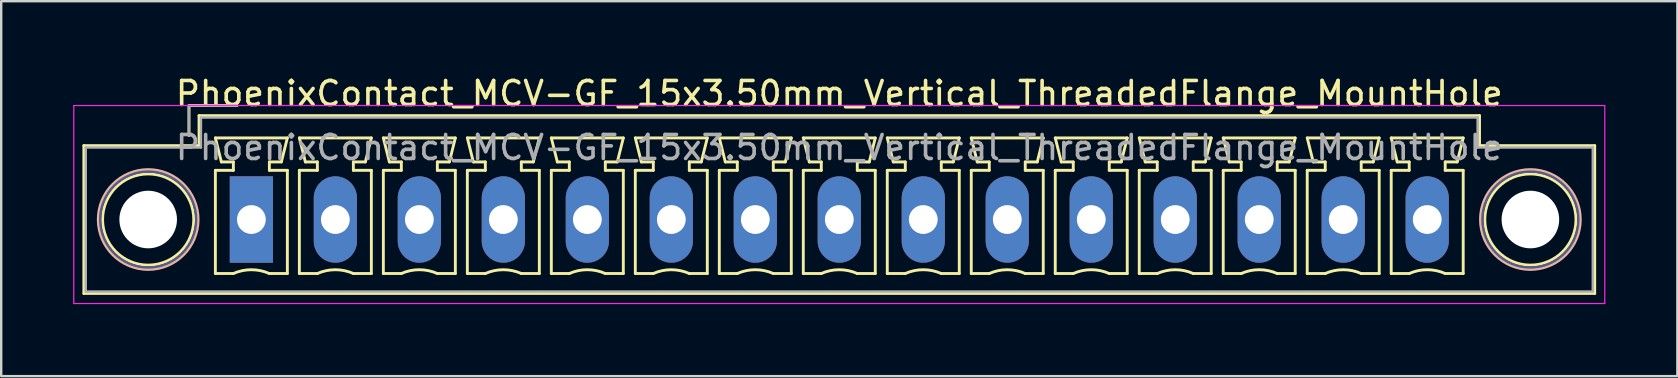
<source format=kicad_pcb>
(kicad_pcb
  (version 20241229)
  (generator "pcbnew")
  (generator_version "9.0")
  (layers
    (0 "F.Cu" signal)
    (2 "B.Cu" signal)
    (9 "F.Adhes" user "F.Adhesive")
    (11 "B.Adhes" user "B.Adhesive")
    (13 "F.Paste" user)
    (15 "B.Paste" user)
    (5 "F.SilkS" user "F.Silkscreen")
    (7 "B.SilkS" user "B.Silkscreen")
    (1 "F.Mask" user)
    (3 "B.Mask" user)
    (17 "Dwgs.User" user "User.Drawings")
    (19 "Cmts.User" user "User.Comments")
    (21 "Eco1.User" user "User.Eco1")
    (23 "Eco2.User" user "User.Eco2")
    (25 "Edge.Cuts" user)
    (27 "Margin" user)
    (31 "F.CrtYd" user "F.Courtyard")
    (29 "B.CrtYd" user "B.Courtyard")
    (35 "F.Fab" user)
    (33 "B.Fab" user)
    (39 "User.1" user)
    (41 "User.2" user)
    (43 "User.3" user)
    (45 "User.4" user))
  (footprint "PhoenixContact_MCV-GF_15x3.50mm_Vertical_ThreadedFlange_MountHole"
    (layer "F.Cu")
    (at 7.425 6.098)
    (property "Reference" "PhoenixContact_MCV-GF_15x3.50mm_Vertical_ThreadedFlange_MountHole" (at 24.5 -5.25 0) (layer "F.SilkS") (effects (font (size 1 1) (thickness 0.15))))
    (attr through_hole)
    (fp_line (start -6.98 -3.08) (end -6.98 3.08) (stroke (width 0.12) (type solid)) (layer "F.SilkS"))
    (fp_line (start -6.98 3.08) (end 55.98 3.08) (stroke (width 0.12) (type solid)) (layer "F.SilkS"))
    (fp_line (start -2.6 -4.75) (end -0.6 -4.75) (stroke (width 0.12) (type solid)) (layer "F.SilkS"))
    (fp_line (start -2.6 -3.5) (end -2.6 -4.75) (stroke (width 0.12) (type solid)) (layer "F.SilkS"))
    (fp_line (start -2.18 -4.33) (end -2.18 -3.08) (stroke (width 0.12) (type solid)) (layer "F.SilkS"))
    (fp_line (start -2.18 -3.08) (end -6.98 -3.08) (stroke (width 0.12) (type solid)) (layer "F.SilkS"))
    (fp_line (start -1.5 -3.4) (end 1.5 -3.4) (stroke (width 0.12) (type solid)) (layer "F.SilkS"))
    (fp_line (start -1.5 -2.05) (end -0.75 -2.05) (stroke (width 0.12) (type solid)) (layer "F.SilkS"))
    (fp_line (start -1.5 2.25) (end -1.5 -2.05) (stroke (width 0.12) (type solid)) (layer "F.SilkS"))
    (fp_line (start -1.25 -2.4) (end -1.5 -3.4) (stroke (width 0.12) (type solid)) (layer "F.SilkS"))
    (fp_line (start -0.75 -2.4) (end -1.25 -2.4) (stroke (width 0.12) (type solid)) (layer "F.SilkS"))
    (fp_line (start -0.75 -2.05) (end -0.75 -2.4) (stroke (width 0.12) (type solid)) (layer "F.SilkS"))
    (fp_line (start -0.75 2.25) (end -1.5 2.25) (stroke (width 0.12) (type solid)) (layer "F.SilkS"))
    (fp_line (start 0.75 -2.4) (end 0.75 -2.05) (stroke (width 0.12) (type solid)) (layer "F.SilkS"))
    (fp_line (start 0.75 -2.05) (end 1.5 -2.05) (stroke (width 0.12) (type solid)) (layer "F.SilkS"))
    (fp_line (start 1.25 -2.4) (end 0.75 -2.4) (stroke (width 0.12) (type solid)) (layer "F.SilkS"))
    (fp_line (start 1.5 -3.4) (end 1.25 -2.4) (stroke (width 0.12) (type solid)) (layer "F.SilkS"))
    (fp_line (start 1.5 -2.05) (end 1.5 2.25) (stroke (width 0.12) (type solid)) (layer "F.SilkS"))
    (fp_line (start 1.5 2.25) (end 0.75 2.25) (stroke (width 0.12) (type solid)) (layer "F.SilkS"))
    (fp_line (start 2 -3.4) (end 5 -3.4) (stroke (width 0.12) (type solid)) (layer "F.SilkS"))
    (fp_line (start 2 -2.05) (end 2.75 -2.05) (stroke (width 0.12) (type solid)) (layer "F.SilkS"))
    (fp_line (start 2 2.25) (end 2 -2.05) (stroke (width 0.12) (type solid)) (layer "F.SilkS"))
    (fp_line (start 2.25 -2.4) (end 2 -3.4) (stroke (width 0.12) (type solid)) (layer "F.SilkS"))
    (fp_line (start 2.75 -2.4) (end 2.25 -2.4) (stroke (width 0.12) (type solid)) (layer "F.SilkS"))
    (fp_line (start 2.75 -2.05) (end 2.75 -2.4) (stroke (width 0.12) (type solid)) (layer "F.SilkS"))
    (fp_line (start 2.75 2.25) (end 2 2.25) (stroke (width 0.12) (type solid)) (layer "F.SilkS"))
    (fp_line (start 4.25 -2.4) (end 4.25 -2.05) (stroke (width 0.12) (type solid)) (layer "F.SilkS"))
    (fp_line (start 4.25 -2.05) (end 5 -2.05) (stroke (width 0.12) (type solid)) (layer "F.SilkS"))
    (fp_line (start 4.75 -2.4) (end 4.25 -2.4) (stroke (width 0.12) (type solid)) (layer "F.SilkS"))
    (fp_line (start 5 -3.4) (end 4.75 -2.4) (stroke (width 0.12) (type solid)) (layer "F.SilkS"))
    (fp_line (start 5 -2.05) (end 5 2.25) (stroke (width 0.12) (type solid)) (layer "F.SilkS"))
    (fp_line (start 5 2.25) (end 4.25 2.25) (stroke (width 0.12) (type solid)) (layer "F.SilkS"))
    (fp_line (start 5.5 -3.4) (end 8.5 -3.4) (stroke (width 0.12) (type solid)) (layer "F.SilkS"))
    (fp_line (start 5.5 -2.05) (end 6.25 -2.05) (stroke (width 0.12) (type solid)) (layer "F.SilkS"))
    (fp_line (start 5.5 2.25) (end 5.5 -2.05) (stroke (width 0.12) (type solid)) (layer "F.SilkS"))
    (fp_line (start 5.75 -2.4) (end 5.5 -3.4) (stroke (width 0.12) (type solid)) (layer "F.SilkS"))
    (fp_line (start 6.25 -2.4) (end 5.75 -2.4) (stroke (width 0.12) (type solid)) (layer "F.SilkS"))
    (fp_line (start 6.25 -2.05) (end 6.25 -2.4) (stroke (width 0.12) (type solid)) (layer "F.SilkS"))
    (fp_line (start 6.25 2.25) (end 5.5 2.25) (stroke (width 0.12) (type solid)) (layer "F.SilkS"))
    (fp_line (start 7.75 -2.4) (end 7.75 -2.05) (stroke (width 0.12) (type solid)) (layer "F.SilkS"))
    (fp_line (start 7.75 -2.05) (end 8.5 -2.05) (stroke (width 0.12) (type solid)) (layer "F.SilkS"))
    (fp_line (start 8.25 -2.4) (end 7.75 -2.4) (stroke (width 0.12) (type solid)) (layer "F.SilkS"))
    (fp_line (start 8.5 -3.4) (end 8.25 -2.4) (stroke (width 0.12) (type solid)) (layer "F.SilkS"))
    (fp_line (start 8.5 -2.05) (end 8.5 2.25) (stroke (width 0.12) (type solid)) (layer "F.SilkS"))
    (fp_line (start 8.5 2.25) (end 7.75 2.25) (stroke (width 0.12) (type solid)) (layer "F.SilkS"))
    (fp_line (start 9 -3.4) (end 12 -3.4) (stroke (width 0.12) (type solid)) (layer "F.SilkS"))
    (fp_line (start 9 -2.05) (end 9.75 -2.05) (stroke (width 0.12) (type solid)) (layer "F.SilkS"))
    (fp_line (start 9 2.25) (end 9 -2.05) (stroke (width 0.12) (type solid)) (layer "F.SilkS"))
    (fp_line (start 9.25 -2.4) (end 9 -3.4) (stroke (width 0.12) (type solid)) (layer "F.SilkS"))
    (fp_line (start 9.75 -2.4) (end 9.25 -2.4) (stroke (width 0.12) (type solid)) (layer "F.SilkS"))
    (fp_line (start 9.75 -2.05) (end 9.75 -2.4) (stroke (width 0.12) (type solid)) (layer "F.SilkS"))
    (fp_line (start 9.75 2.25) (end 9 2.25) (stroke (width 0.12) (type solid)) (layer "F.SilkS"))
    (fp_line (start 11.25 -2.4) (end 11.25 -2.05) (stroke (width 0.12) (type solid)) (layer "F.SilkS"))
    (fp_line (start 11.25 -2.05) (end 12 -2.05) (stroke (width 0.12) (type solid)) (layer "F.SilkS"))
    (fp_line (start 11.75 -2.4) (end 11.25 -2.4) (stroke (width 0.12) (type solid)) (layer "F.SilkS"))
    (fp_line (start 12 -3.4) (end 11.75 -2.4) (stroke (width 0.12) (type solid)) (layer "F.SilkS"))
    (fp_line (start 12 -2.05) (end 12 2.25) (stroke (width 0.12) (type solid)) (layer "F.SilkS"))
    (fp_line (start 12 2.25) (end 11.25 2.25) (stroke (width 0.12) (type solid)) (layer "F.SilkS"))
    (fp_line (start 12.5 -3.4) (end 15.5 -3.4) (stroke (width 0.12) (type solid)) (layer "F.SilkS"))
    (fp_line (start 12.5 -2.05) (end 13.25 -2.05) (stroke (width 0.12) (type solid)) (layer "F.SilkS"))
    (fp_line (start 12.5 2.25) (end 12.5 -2.05) (stroke (width 0.12) (type solid)) (layer "F.SilkS"))
    (fp_line (start 12.75 -2.4) (end 12.5 -3.4) (stroke (width 0.12) (type solid)) (layer "F.SilkS"))
    (fp_line (start 13.25 -2.4) (end 12.75 -2.4) (stroke (width 0.12) (type solid)) (layer "F.SilkS"))
    (fp_line (start 13.25 -2.05) (end 13.25 -2.4) (stroke (width 0.12) (type solid)) (layer "F.SilkS"))
    (fp_line (start 13.25 2.25) (end 12.5 2.25) (stroke (width 0.12) (type solid)) (layer "F.SilkS"))
    (fp_line (start 14.75 -2.4) (end 14.75 -2.05) (stroke (width 0.12) (type solid)) (layer "F.SilkS"))
    (fp_line (start 14.75 -2.05) (end 15.5 -2.05) (stroke (width 0.12) (type solid)) (layer "F.SilkS"))
    (fp_line (start 15.25 -2.4) (end 14.75 -2.4) (stroke (width 0.12) (type solid)) (layer "F.SilkS"))
    (fp_line (start 15.5 -3.4) (end 15.25 -2.4) (stroke (width 0.12) (type solid)) (layer "F.SilkS"))
    (fp_line (start 15.5 -2.05) (end 15.5 2.25) (stroke (width 0.12) (type solid)) (layer "F.SilkS"))
    (fp_line (start 15.5 2.25) (end 14.75 2.25) (stroke (width 0.12) (type solid)) (layer "F.SilkS"))
    (fp_line (start 16 -3.4) (end 19 -3.4) (stroke (width 0.12) (type solid)) (layer "F.SilkS"))
    (fp_line (start 16 -2.05) (end 16.75 -2.05) (stroke (width 0.12) (type solid)) (layer "F.SilkS"))
    (fp_line (start 16 2.25) (end 16 -2.05) (stroke (width 0.12) (type solid)) (layer "F.SilkS"))
    (fp_line (start 16.25 -2.4) (end 16 -3.4) (stroke (width 0.12) (type solid)) (layer "F.SilkS"))
    (fp_line (start 16.75 -2.4) (end 16.25 -2.4) (stroke (width 0.12) (type solid)) (layer "F.SilkS"))
    (fp_line (start 16.75 -2.05) (end 16.75 -2.4) (stroke (width 0.12) (type solid)) (layer "F.SilkS"))
    (fp_line (start 16.75 2.25) (end 16 2.25) (stroke (width 0.12) (type solid)) (layer "F.SilkS"))
    (fp_line (start 18.25 -2.4) (end 18.25 -2.05) (stroke (width 0.12) (type solid)) (layer "F.SilkS"))
    (fp_line (start 18.25 -2.05) (end 19 -2.05) (stroke (width 0.12) (type solid)) (layer "F.SilkS"))
    (fp_line (start 18.75 -2.4) (end 18.25 -2.4) (stroke (width 0.12) (type solid)) (layer "F.SilkS"))
    (fp_line (start 19 -3.4) (end 18.75 -2.4) (stroke (width 0.12) (type solid)) (layer "F.SilkS"))
    (fp_line (start 19 -2.05) (end 19 2.25) (stroke (width 0.12) (type solid)) (layer "F.SilkS"))
    (fp_line (start 19 2.25) (end 18.25 2.25) (stroke (width 0.12) (type solid)) (layer "F.SilkS"))
    (fp_line (start 19.5 -3.4) (end 22.5 -3.4) (stroke (width 0.12) (type solid)) (layer "F.SilkS"))
    (fp_line (start 19.5 -2.05) (end 20.25 -2.05) (stroke (width 0.12) (type solid)) (layer "F.SilkS"))
    (fp_line (start 19.5 2.25) (end 19.5 -2.05) (stroke (width 0.12) (type solid)) (layer "F.SilkS"))
    (fp_line (start 19.75 -2.4) (end 19.5 -3.4) (stroke (width 0.12) (type solid)) (layer "F.SilkS"))
    (fp_line (start 20.25 -2.4) (end 19.75 -2.4) (stroke (width 0.12) (type solid)) (layer "F.SilkS"))
    (fp_line (start 20.25 -2.05) (end 20.25 -2.4) (stroke (width 0.12) (type solid)) (layer "F.SilkS"))
    (fp_line (start 20.25 2.25) (end 19.5 2.25) (stroke (width 0.12) (type solid)) (layer "F.SilkS"))
    (fp_line (start 21.75 -2.4) (end 21.75 -2.05) (stroke (width 0.12) (type solid)) (layer "F.SilkS"))
    (fp_line (start 21.75 -2.05) (end 22.5 -2.05) (stroke (width 0.12) (type solid)) (layer "F.SilkS"))
    (fp_line (start 22.25 -2.4) (end 21.75 -2.4) (stroke (width 0.12) (type solid)) (layer "F.SilkS"))
    (fp_line (start 22.5 -3.4) (end 22.25 -2.4) (stroke (width 0.12) (type solid)) (layer "F.SilkS"))
    (fp_line (start 22.5 -2.05) (end 22.5 2.25) (stroke (width 0.12) (type solid)) (layer "F.SilkS"))
    (fp_line (start 22.5 2.25) (end 21.75 2.25) (stroke (width 0.12) (type solid)) (layer "F.SilkS"))
    (fp_line (start 23 -3.4) (end 26 -3.4) (stroke (width 0.12) (type solid)) (layer "F.SilkS"))
    (fp_line (start 23 -2.05) (end 23.75 -2.05) (stroke (width 0.12) (type solid)) (layer "F.SilkS"))
    (fp_line (start 23 2.25) (end 23 -2.05) (stroke (width 0.12) (type solid)) (layer "F.SilkS"))
    (fp_line (start 23.25 -2.4) (end 23 -3.4) (stroke (width 0.12) (type solid)) (layer "F.SilkS"))
    (fp_line (start 23.75 -2.4) (end 23.25 -2.4) (stroke (width 0.12) (type solid)) (layer "F.SilkS"))
    (fp_line (start 23.75 -2.05) (end 23.75 -2.4) (stroke (width 0.12) (type solid)) (layer "F.SilkS"))
    (fp_line (start 23.75 2.25) (end 23 2.25) (stroke (width 0.12) (type solid)) (layer "F.SilkS"))
    (fp_line (start 25.25 -2.4) (end 25.25 -2.05) (stroke (width 0.12) (type solid)) (layer "F.SilkS"))
    (fp_line (start 25.25 -2.05) (end 26 -2.05) (stroke (width 0.12) (type solid)) (layer "F.SilkS"))
    (fp_line (start 25.75 -2.4) (end 25.25 -2.4) (stroke (width 0.12) (type solid)) (layer "F.SilkS"))
    (fp_line (start 26 -3.4) (end 25.75 -2.4) (stroke (width 0.12) (type solid)) (layer "F.SilkS"))
    (fp_line (start 26 -2.05) (end 26 2.25) (stroke (width 0.12) (type solid)) (layer "F.SilkS"))
    (fp_line (start 26 2.25) (end 25.25 2.25) (stroke (width 0.12) (type solid)) (layer "F.SilkS"))
    (fp_line (start 26.5 -3.4) (end 29.5 -3.4) (stroke (width 0.12) (type solid)) (layer "F.SilkS"))
    (fp_line (start 26.5 -2.05) (end 27.25 -2.05) (stroke (width 0.12) (type solid)) (layer "F.SilkS"))
    (fp_line (start 26.5 2.25) (end 26.5 -2.05) (stroke (width 0.12) (type solid)) (layer "F.SilkS"))
    (fp_line (start 26.75 -2.4) (end 26.5 -3.4) (stroke (width 0.12) (type solid)) (layer "F.SilkS"))
    (fp_line (start 27.25 -2.4) (end 26.75 -2.4) (stroke (width 0.12) (type solid)) (layer "F.SilkS"))
    (fp_line (start 27.25 -2.05) (end 27.25 -2.4) (stroke (width 0.12) (type solid)) (layer "F.SilkS"))
    (fp_line (start 27.25 2.25) (end 26.5 2.25) (stroke (width 0.12) (type solid)) (layer "F.SilkS"))
    (fp_line (start 28.75 -2.4) (end 28.75 -2.05) (stroke (width 0.12) (type solid)) (layer "F.SilkS"))
    (fp_line (start 28.75 -2.05) (end 29.5 -2.05) (stroke (width 0.12) (type solid)) (layer "F.SilkS"))
    (fp_line (start 29.25 -2.4) (end 28.75 -2.4) (stroke (width 0.12) (type solid)) (layer "F.SilkS"))
    (fp_line (start 29.5 -3.4) (end 29.25 -2.4) (stroke (width 0.12) (type solid)) (layer "F.SilkS"))
    (fp_line (start 29.5 -2.05) (end 29.5 2.25) (stroke (width 0.12) (type solid)) (layer "F.SilkS"))
    (fp_line (start 29.5 2.25) (end 28.75 2.25) (stroke (width 0.12) (type solid)) (layer "F.SilkS"))
    (fp_line (start 30 -3.4) (end 33 -3.4) (stroke (width 0.12) (type solid)) (layer "F.SilkS"))
    (fp_line (start 30 -2.05) (end 30.75 -2.05) (stroke (width 0.12) (type solid)) (layer "F.SilkS"))
    (fp_line (start 30 2.25) (end 30 -2.05) (stroke (width 0.12) (type solid)) (layer "F.SilkS"))
    (fp_line (start 30.25 -2.4) (end 30 -3.4) (stroke (width 0.12) (type solid)) (layer "F.SilkS"))
    (fp_line (start 30.75 -2.4) (end 30.25 -2.4) (stroke (width 0.12) (type solid)) (layer "F.SilkS"))
    (fp_line (start 30.75 -2.05) (end 30.75 -2.4) (stroke (width 0.12) (type solid)) (layer "F.SilkS"))
    (fp_line (start 30.75 2.25) (end 30 2.25) (stroke (width 0.12) (type solid)) (layer "F.SilkS"))
    (fp_line (start 32.25 -2.4) (end 32.25 -2.05) (stroke (width 0.12) (type solid)) (layer "F.SilkS"))
    (fp_line (start 32.25 -2.05) (end 33 -2.05) (stroke (width 0.12) (type solid)) (layer "F.SilkS"))
    (fp_line (start 32.75 -2.4) (end 32.25 -2.4) (stroke (width 0.12) (type solid)) (layer "F.SilkS"))
    (fp_line (start 33 -3.4) (end 32.75 -2.4) (stroke (width 0.12) (type solid)) (layer "F.SilkS"))
    (fp_line (start 33 -2.05) (end 33 2.25) (stroke (width 0.12) (type solid)) (layer "F.SilkS"))
    (fp_line (start 33 2.25) (end 32.25 2.25) (stroke (width 0.12) (type solid)) (layer "F.SilkS"))
    (fp_line (start 33.5 -3.4) (end 36.5 -3.4) (stroke (width 0.12) (type solid)) (layer "F.SilkS"))
    (fp_line (start 33.5 -2.05) (end 34.25 -2.05) (stroke (width 0.12) (type solid)) (layer "F.SilkS"))
    (fp_line (start 33.5 2.25) (end 33.5 -2.05) (stroke (width 0.12) (type solid)) (layer "F.SilkS"))
    (fp_line (start 33.75 -2.4) (end 33.5 -3.4) (stroke (width 0.12) (type solid)) (layer "F.SilkS"))
    (fp_line (start 34.25 -2.4) (end 33.75 -2.4) (stroke (width 0.12) (type solid)) (layer "F.SilkS"))
    (fp_line (start 34.25 -2.05) (end 34.25 -2.4) (stroke (width 0.12) (type solid)) (layer "F.SilkS"))
    (fp_line (start 34.25 2.25) (end 33.5 2.25) (stroke (width 0.12) (type solid)) (layer "F.SilkS"))
    (fp_line (start 35.75 -2.4) (end 35.75 -2.05) (stroke (width 0.12) (type solid)) (layer "F.SilkS"))
    (fp_line (start 35.75 -2.05) (end 36.5 -2.05) (stroke (width 0.12) (type solid)) (layer "F.SilkS"))
    (fp_line (start 36.25 -2.4) (end 35.75 -2.4) (stroke (width 0.12) (type solid)) (layer "F.SilkS"))
    (fp_line (start 36.5 -3.4) (end 36.25 -2.4) (stroke (width 0.12) (type solid)) (layer "F.SilkS"))
    (fp_line (start 36.5 -2.05) (end 36.5 2.25) (stroke (width 0.12) (type solid)) (layer "F.SilkS"))
    (fp_line (start 36.5 2.25) (end 35.75 2.25) (stroke (width 0.12) (type solid)) (layer "F.SilkS"))
    (fp_line (start 37 -3.4) (end 40 -3.4) (stroke (width 0.12) (type solid)) (layer "F.SilkS"))
    (fp_line (start 37 -2.05) (end 37.75 -2.05) (stroke (width 0.12) (type solid)) (layer "F.SilkS"))
    (fp_line (start 37 2.25) (end 37 -2.05) (stroke (width 0.12) (type solid)) (layer "F.SilkS"))
    (fp_line (start 37.25 -2.4) (end 37 -3.4) (stroke (width 0.12) (type solid)) (layer "F.SilkS"))
    (fp_line (start 37.75 -2.4) (end 37.25 -2.4) (stroke (width 0.12) (type solid)) (layer "F.SilkS"))
    (fp_line (start 37.75 -2.05) (end 37.75 -2.4) (stroke (width 0.12) (type solid)) (layer "F.SilkS"))
    (fp_line (start 37.75 2.25) (end 37 2.25) (stroke (width 0.12) (type solid)) (layer "F.SilkS"))
    (fp_line (start 39.25 -2.4) (end 39.25 -2.05) (stroke (width 0.12) (type solid)) (layer "F.SilkS"))
    (fp_line (start 39.25 -2.05) (end 40 -2.05) (stroke (width 0.12) (type solid)) (layer "F.SilkS"))
    (fp_line (start 39.75 -2.4) (end 39.25 -2.4) (stroke (width 0.12) (type solid)) (layer "F.SilkS"))
    (fp_line (start 40 -3.4) (end 39.75 -2.4) (stroke (width 0.12) (type solid)) (layer "F.SilkS"))
    (fp_line (start 40 -2.05) (end 40 2.25) (stroke (width 0.12) (type solid)) (layer "F.SilkS"))
    (fp_line (start 40 2.25) (end 39.25 2.25) (stroke (width 0.12) (type solid)) (layer "F.SilkS"))
    (fp_line (start 40.5 -3.4) (end 43.5 -3.4) (stroke (width 0.12) (type solid)) (layer "F.SilkS"))
    (fp_line (start 40.5 -2.05) (end 41.25 -2.05) (stroke (width 0.12) (type solid)) (layer "F.SilkS"))
    (fp_line (start 40.5 2.25) (end 40.5 -2.05) (stroke (width 0.12) (type solid)) (layer "F.SilkS"))
    (fp_line (start 40.75 -2.4) (end 40.5 -3.4) (stroke (width 0.12) (type solid)) (layer "F.SilkS"))
    (fp_line (start 41.25 -2.4) (end 40.75 -2.4) (stroke (width 0.12) (type solid)) (layer "F.SilkS"))
    (fp_line (start 41.25 -2.05) (end 41.25 -2.4) (stroke (width 0.12) (type solid)) (layer "F.SilkS"))
    (fp_line (start 41.25 2.25) (end 40.5 2.25) (stroke (width 0.12) (type solid)) (layer "F.SilkS"))
    (fp_line (start 42.75 -2.4) (end 42.75 -2.05) (stroke (width 0.12) (type solid)) (layer "F.SilkS"))
    (fp_line (start 42.75 -2.05) (end 43.5 -2.05) (stroke (width 0.12) (type solid)) (layer "F.SilkS"))
    (fp_line (start 43.25 -2.4) (end 42.75 -2.4) (stroke (width 0.12) (type solid)) (layer "F.SilkS"))
    (fp_line (start 43.5 -3.4) (end 43.25 -2.4) (stroke (width 0.12) (type solid)) (layer "F.SilkS"))
    (fp_line (start 43.5 -2.05) (end 43.5 2.25) (stroke (width 0.12) (type solid)) (layer "F.SilkS"))
    (fp_line (start 43.5 2.25) (end 42.75 2.25) (stroke (width 0.12) (type solid)) (layer "F.SilkS"))
    (fp_line (start 44 -3.4) (end 47 -3.4) (stroke (width 0.12) (type solid)) (layer "F.SilkS"))
    (fp_line (start 44 -2.05) (end 44.75 -2.05) (stroke (width 0.12) (type solid)) (layer "F.SilkS"))
    (fp_line (start 44 2.25) (end 44 -2.05) (stroke (width 0.12) (type solid)) (layer "F.SilkS"))
    (fp_line (start 44.25 -2.4) (end 44 -3.4) (stroke (width 0.12) (type solid)) (layer "F.SilkS"))
    (fp_line (start 44.75 -2.4) (end 44.25 -2.4) (stroke (width 0.12) (type solid)) (layer "F.SilkS"))
    (fp_line (start 44.75 -2.05) (end 44.75 -2.4) (stroke (width 0.12) (type solid)) (layer "F.SilkS"))
    (fp_line (start 44.75 2.25) (end 44 2.25) (stroke (width 0.12) (type solid)) (layer "F.SilkS"))
    (fp_line (start 46.25 -2.4) (end 46.25 -2.05) (stroke (width 0.12) (type solid)) (layer "F.SilkS"))
    (fp_line (start 46.25 -2.05) (end 47 -2.05) (stroke (width 0.12) (type solid)) (layer "F.SilkS"))
    (fp_line (start 46.75 -2.4) (end 46.25 -2.4) (stroke (width 0.12) (type solid)) (layer "F.SilkS"))
    (fp_line (start 47 -3.4) (end 46.75 -2.4) (stroke (width 0.12) (type solid)) (layer "F.SilkS"))
    (fp_line (start 47 -2.05) (end 47 2.25) (stroke (width 0.12) (type solid)) (layer "F.SilkS"))
    (fp_line (start 47 2.25) (end 46.25 2.25) (stroke (width 0.12) (type solid)) (layer "F.SilkS"))
    (fp_line (start 47.5 -3.4) (end 50.5 -3.4) (stroke (width 0.12) (type solid)) (layer "F.SilkS"))
    (fp_line (start 47.5 -2.05) (end 48.25 -2.05) (stroke (width 0.12) (type solid)) (layer "F.SilkS"))
    (fp_line (start 47.5 2.25) (end 47.5 -2.05) (stroke (width 0.12) (type solid)) (layer "F.SilkS"))
    (fp_line (start 47.75 -2.4) (end 47.5 -3.4) (stroke (width 0.12) (type solid)) (layer "F.SilkS"))
    (fp_line (start 48.25 -2.4) (end 47.75 -2.4) (stroke (width 0.12) (type solid)) (layer "F.SilkS"))
    (fp_line (start 48.25 -2.05) (end 48.25 -2.4) (stroke (width 0.12) (type solid)) (layer "F.SilkS"))
    (fp_line (start 48.25 2.25) (end 47.5 2.25) (stroke (width 0.12) (type solid)) (layer "F.SilkS"))
    (fp_line (start 49.75 -2.4) (end 49.75 -2.05) (stroke (width 0.12) (type solid)) (layer "F.SilkS"))
    (fp_line (start 49.75 -2.05) (end 50.5 -2.05) (stroke (width 0.12) (type solid)) (layer "F.SilkS"))
    (fp_line (start 50.25 -2.4) (end 49.75 -2.4) (stroke (width 0.12) (type solid)) (layer "F.SilkS"))
    (fp_line (start 50.5 -3.4) (end 50.25 -2.4) (stroke (width 0.12) (type solid)) (layer "F.SilkS"))
    (fp_line (start 50.5 -2.05) (end 50.5 2.25) (stroke (width 0.12) (type solid)) (layer "F.SilkS"))
    (fp_line (start 50.5 2.25) (end 49.75 2.25) (stroke (width 0.12) (type solid)) (layer "F.SilkS"))
    (fp_line (start 51.18 -4.33) (end -2.18 -4.33) (stroke (width 0.12) (type solid)) (layer "F.SilkS"))
    (fp_line (start 51.18 -3.08) (end 51.18 -4.33) (stroke (width 0.12) (type solid)) (layer "F.SilkS"))
    (fp_line (start 55.98 -3.08) (end 51.18 -3.08) (stroke (width 0.12) (type solid)) (layer "F.SilkS"))
    (fp_line (start 55.98 3.08) (end 55.98 -3.08) (stroke (width 0.12) (type solid)) (layer "F.SilkS"))
    (fp_arc (start -0.75 2.25) (mid -0.000193 2.09191) (end 0.749647 2.249844) (stroke (width 0.12) (type solid)) (layer "F.SilkS"))
    (fp_arc (start 2.75 2.25) (mid 3.499807 2.09191) (end 4.249647 2.249844) (stroke (width 0.12) (type solid)) (layer "F.SilkS"))
    (fp_arc (start 6.25 2.25) (mid 6.999807 2.09191) (end 7.749647 2.249844) (stroke (width 0.12) (type solid)) (layer "F.SilkS"))
    (fp_arc (start 9.75 2.25) (mid 10.499807 2.09191) (end 11.249647 2.249844) (stroke (width 0.12) (type solid)) (layer "F.SilkS"))
    (fp_arc (start 13.25 2.25) (mid 13.999807 2.09191) (end 14.749647 2.249844) (stroke (width 0.12) (type solid)) (layer "F.SilkS"))
    (fp_arc (start 16.75 2.25) (mid 17.499807 2.09191) (end 18.249647 2.249844) (stroke (width 0.12) (type solid)) (layer "F.SilkS"))
    (fp_arc (start 20.25 2.25) (mid 20.999807 2.09191) (end 21.749647 2.249844) (stroke (width 0.12) (type solid)) (layer "F.SilkS"))
    (fp_arc (start 23.75 2.25) (mid 24.499807 2.09191) (end 25.249647 2.249844) (stroke (width 0.12) (type solid)) (layer "F.SilkS"))
    (fp_arc (start 27.25 2.25) (mid 27.999807 2.09191) (end 28.749647 2.249844) (stroke (width 0.12) (type solid)) (layer "F.SilkS"))
    (fp_arc (start 30.75 2.25) (mid 31.499807 2.09191) (end 32.249647 2.249844) (stroke (width 0.12) (type solid)) (layer "F.SilkS"))
    (fp_arc (start 34.25 2.25) (mid 34.999807 2.09191) (end 35.749647 2.249844) (stroke (width 0.12) (type solid)) (layer "F.SilkS"))
    (fp_arc (start 37.75 2.25) (mid 38.499807 2.09191) (end 39.249647 2.249844) (stroke (width 0.12) (type solid)) (layer "F.SilkS"))
    (fp_arc (start 41.25 2.25) (mid 41.999807 2.09191) (end 42.749647 2.249844) (stroke (width 0.12) (type solid)) (layer "F.SilkS"))
    (fp_arc (start 44.75 2.25) (mid 45.499807 2.09191) (end 46.249647 2.249844) (stroke (width 0.12) (type solid)) (layer "F.SilkS"))
    (fp_arc (start 48.25 2.25) (mid 48.999807 2.09191) (end 49.749647 2.249844) (stroke (width 0.12) (type solid)) (layer "F.SilkS"))
    (fp_circle (center -4.3 0) (end -2.4 0) (stroke (width 0.12) (type solid)) (fill no) (layer "F.SilkS"))
    (fp_circle (center 53.3 0) (end 55.2 0) (stroke (width 0.12) (type solid)) (fill no) (layer "F.SilkS"))
    (fp_circle (center -4.3 0) (end -2.22 0) (stroke (width 0.12) (type solid)) (fill no) (layer "B.SilkS"))
    (fp_circle (center 53.3 0) (end 55.38 0) (stroke (width 0.12) (type solid)) (fill no) (layer "B.SilkS"))
    (fp_line (start -7.4 -4.75) (end -7.4 3.5) (stroke (width 0.05) (type solid)) (layer "F.CrtYd"))
    (fp_line (start -7.4 3.5) (end 56.4 3.5) (stroke (width 0.05) (type solid)) (layer "F.CrtYd"))
    (fp_line (start 56.4 -4.75) (end -7.4 -4.75) (stroke (width 0.05) (type solid)) (layer "F.CrtYd"))
    (fp_line (start 56.4 3.5) (end 56.4 -4.75) (stroke (width 0.05) (type solid)) (layer "F.CrtYd"))
    (fp_circle (center -4.3 0) (end -2.3 0) (stroke (width 0.1) (type solid)) (fill no) (layer "B.Fab"))
    (fp_circle (center 53.3 0) (end 55.3 0) (stroke (width 0.1) (type solid)) (fill no) (layer "B.Fab"))
    (fp_line (start -6.9 -3) (end -6.9 3) (stroke (width 0.1) (type solid)) (layer "F.Fab"))
    (fp_line (start -6.9 3) (end 55.9 3) (stroke (width 0.1) (type solid)) (layer "F.Fab"))
    (fp_line (start -2.6 -4.75) (end -0.6 -4.75) (stroke (width 0.1) (type solid)) (layer "F.Fab"))
    (fp_line (start -2.6 -3.5) (end -2.6 -4.75) (stroke (width 0.1) (type solid)) (layer "F.Fab"))
    (fp_line (start -2.1 -4.25) (end -2.1 -3) (stroke (width 0.1) (type solid)) (layer "F.Fab"))
    (fp_line (start -2.1 -3) (end -6.9 -3) (stroke (width 0.1) (type solid)) (layer "F.Fab"))
    (fp_line (start 51.1 -4.25) (end -2.1 -4.25) (stroke (width 0.1) (type solid)) (layer "F.Fab"))
    (fp_line (start 51.1 -3) (end 51.1 -4.25) (stroke (width 0.1) (type solid)) (layer "F.Fab"))
    (fp_line (start 55.9 -3) (end 51.1 -3) (stroke (width 0.1) (type solid)) (layer "F.Fab"))
    (fp_line (start 55.9 3) (end 55.9 -3) (stroke (width 0.1) (type solid)) (layer "F.Fab"))
    (fp_text user "${REFERENCE}" (at 24.5 -3 0) (layer "F.Fab") (effects (font (size 1 1) (thickness 0.15))))
    (pad "" np_thru_hole circle (at -4.3 0) (size 2.4 2.4) (drill 2.4) (layers "*.Cu" "*.Mask"))
    (pad "" np_thru_hole circle (at 53.3 0) (size 2.4 2.4) (drill 2.4) (layers "*.Cu" "*.Mask"))
    (pad "1" thru_hole rect (at 0 0) (size 1.8 3.6) (drill 1.2) (layers "*.Cu" "*.Mask"))
    (pad "2" thru_hole oval (at 3.5 0) (size 1.8 3.6) (drill 1.2) (layers "*.Cu" "*.Mask"))
    (pad "3" thru_hole oval (at 7 0) (size 1.8 3.6) (drill 1.2) (layers "*.Cu" "*.Mask"))
    (pad "4" thru_hole oval (at 10.5 0) (size 1.8 3.6) (drill 1.2) (layers "*.Cu" "*.Mask"))
    (pad "5" thru_hole oval (at 14 0) (size 1.8 3.6) (drill 1.2) (layers "*.Cu" "*.Mask"))
    (pad "6" thru_hole oval (at 17.5 0) (size 1.8 3.6) (drill 1.2) (layers "*.Cu" "*.Mask"))
    (pad "7" thru_hole oval (at 21 0) (size 1.8 3.6) (drill 1.2) (layers "*.Cu" "*.Mask"))
    (pad "8" thru_hole oval (at 24.5 0) (size 1.8 3.6) (drill 1.2) (layers "*.Cu" "*.Mask"))
    (pad "9" thru_hole oval (at 28 0) (size 1.8 3.6) (drill 1.2) (layers "*.Cu" "*.Mask"))
    (pad "10" thru_hole oval (at 31.5 0) (size 1.8 3.6) (drill 1.2) (layers "*.Cu" "*.Mask"))
    (pad "11" thru_hole oval (at 35 0) (size 1.8 3.6) (drill 1.2) (layers "*.Cu" "*.Mask"))
    (pad "12" thru_hole oval (at 38.5 0) (size 1.8 3.6) (drill 1.2) (layers "*.Cu" "*.Mask"))
    (pad "13" thru_hole oval (at 42 0) (size 1.8 3.6) (drill 1.2) (layers "*.Cu" "*.Mask"))
    (pad "14" thru_hole oval (at 45.5 0) (size 1.8 3.6) (drill 1.2) (layers "*.Cu" "*.Mask"))
    (pad "15" thru_hole oval (at 49 0) (size 1.8 3.6) (drill 1.2) (layers "*.Cu" "*.Mask")))
  (gr_rect
    (start -3 -3)
    (end 66.85 12.623)
    (stroke (width 0.1) (type default))
    (fill no)
    (layer "Edge.Cuts")))
</source>
